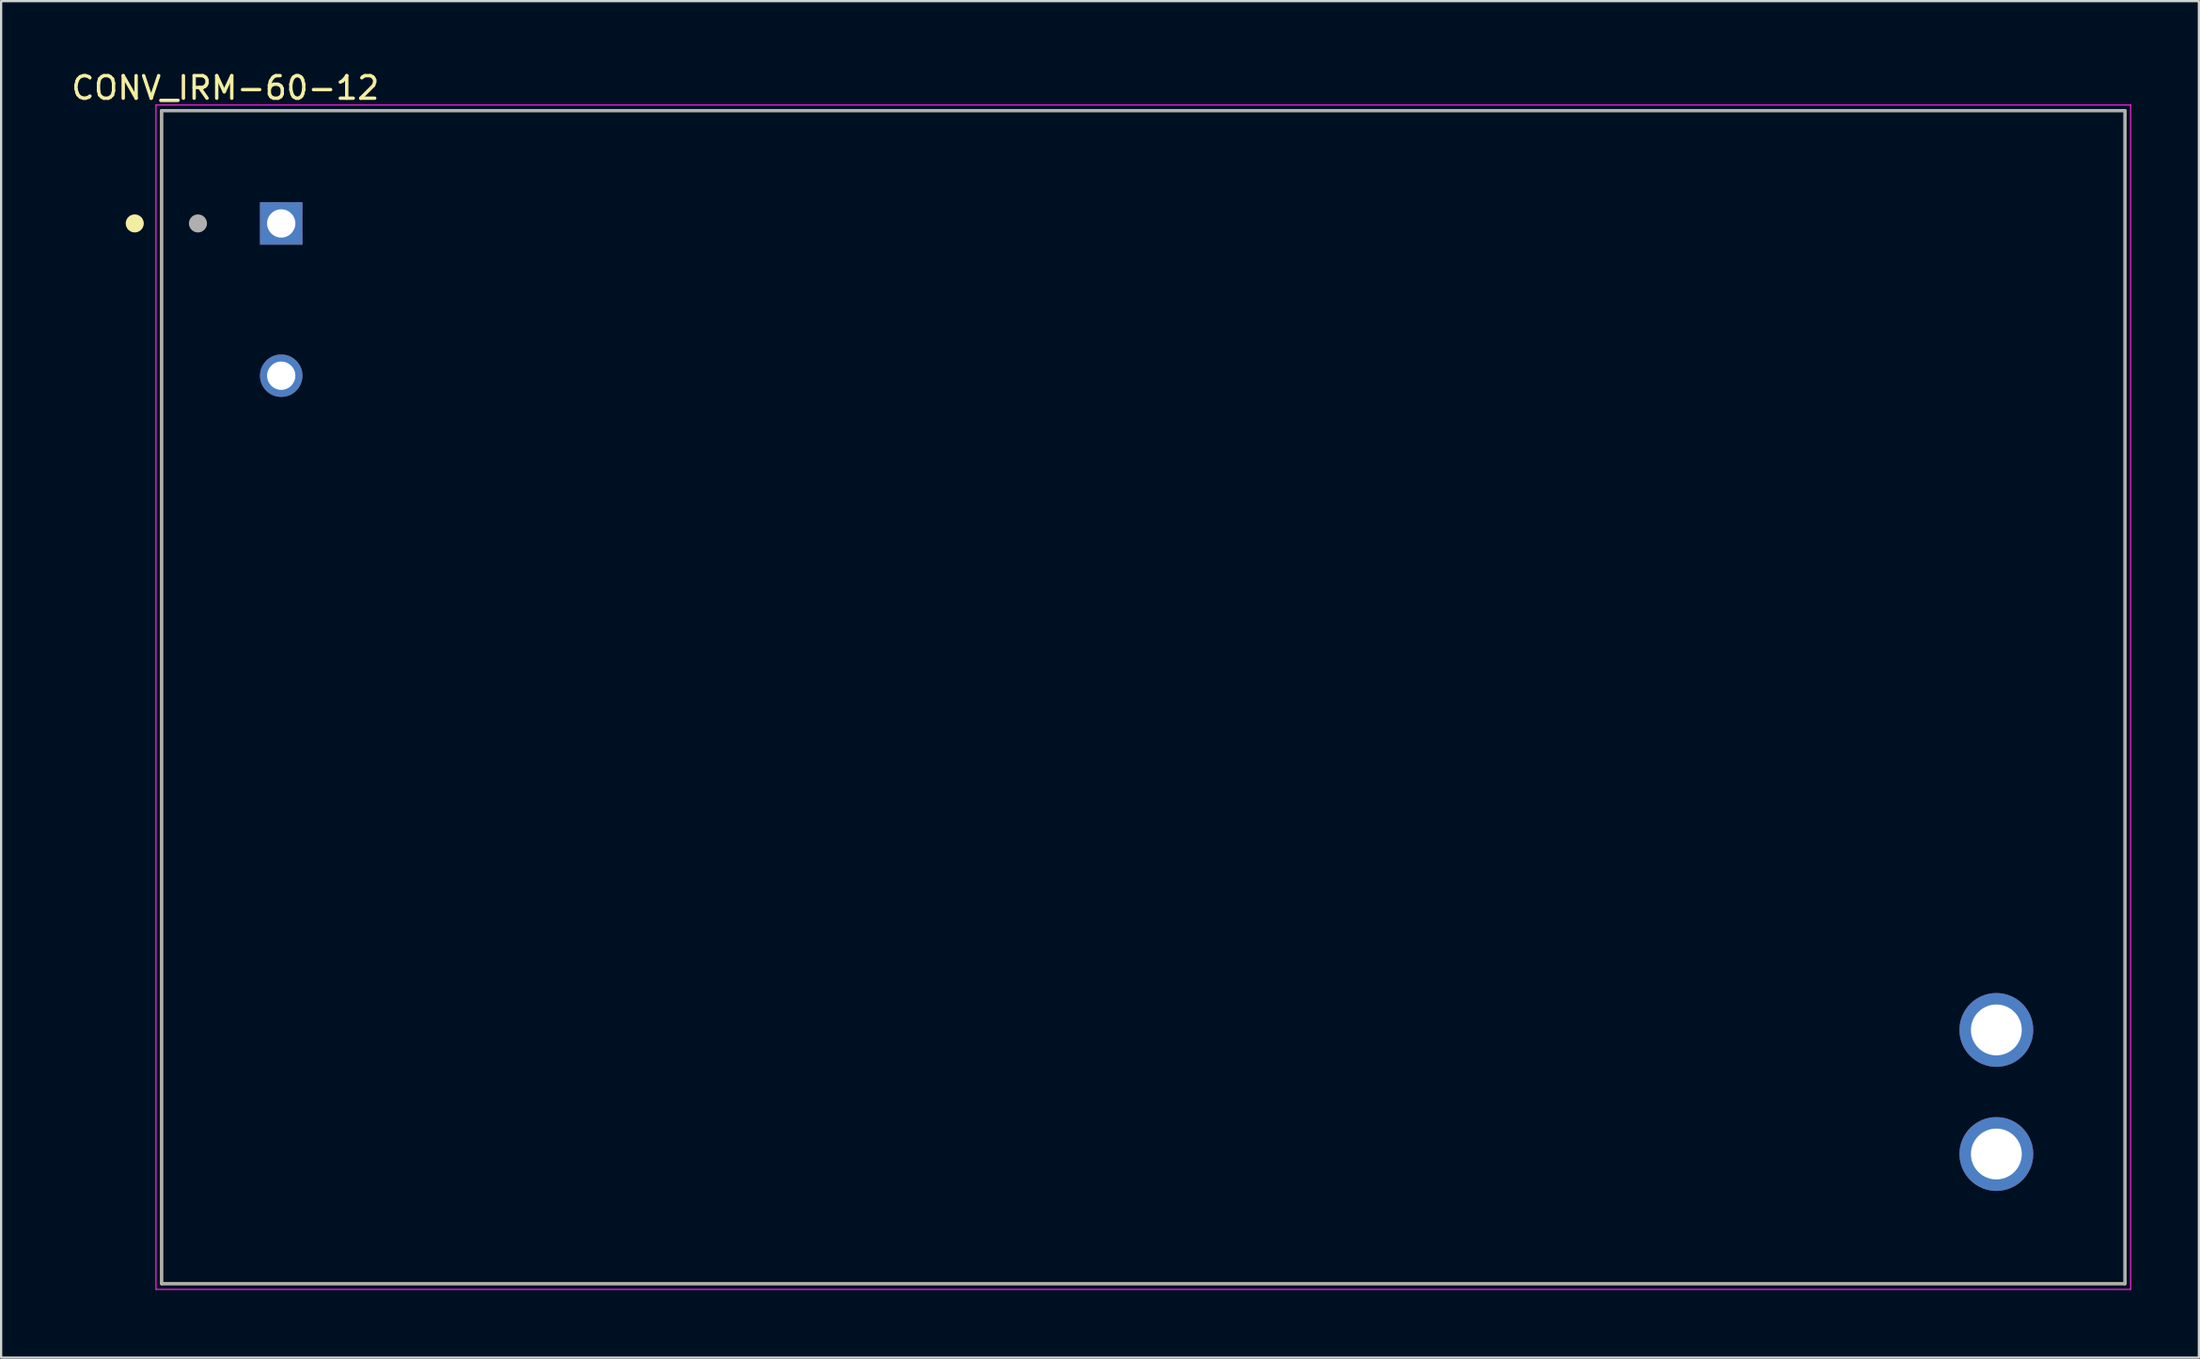
<source format=kicad_pcb>
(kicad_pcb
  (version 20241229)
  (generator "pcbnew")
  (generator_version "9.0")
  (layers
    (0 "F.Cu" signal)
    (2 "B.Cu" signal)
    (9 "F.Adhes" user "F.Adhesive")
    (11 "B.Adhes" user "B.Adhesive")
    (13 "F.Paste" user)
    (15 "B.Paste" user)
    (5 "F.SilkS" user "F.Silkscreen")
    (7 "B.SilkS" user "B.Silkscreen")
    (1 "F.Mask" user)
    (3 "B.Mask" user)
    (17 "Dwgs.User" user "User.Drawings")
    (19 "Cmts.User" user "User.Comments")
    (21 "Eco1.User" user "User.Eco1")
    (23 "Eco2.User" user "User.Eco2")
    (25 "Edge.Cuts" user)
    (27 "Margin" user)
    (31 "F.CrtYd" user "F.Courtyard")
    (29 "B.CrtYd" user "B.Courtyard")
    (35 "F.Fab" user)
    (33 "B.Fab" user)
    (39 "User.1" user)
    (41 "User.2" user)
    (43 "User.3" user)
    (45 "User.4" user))
  (footprint "CONV_IRM-60-12"
    (layer "F.Cu")
    (at 47.611 27.854)
    (property "Reference" "CONV_IRM-60-12" (at -40.677 -27.006 0) (layer "F.SilkS") (effects (font (size 1 1) (thickness 0.15))))
    (attr through_hole)
    (fp_line (start -43.5 -26) (end 43.5 -26) (stroke (width 0.127) (type solid)) (layer "F.SilkS"))
    (fp_line (start -43.5 26) (end -43.5 -26) (stroke (width 0.127) (type solid)) (layer "F.SilkS"))
    (fp_line (start 43.5 -26) (end 43.5 26) (stroke (width 0.127) (type solid)) (layer "F.SilkS"))
    (fp_line (start 43.5 26) (end -43.5 26) (stroke (width 0.127) (type solid)) (layer "F.SilkS"))
    (fp_circle (center -44.69 -21) (end -44.49 -21) (stroke (width 0.4) (type solid)) (fill no) (layer "F.SilkS"))
    (fp_line (start -43.75 -26.25) (end 43.75 -26.25) (stroke (width 0.05) (type solid)) (layer "F.CrtYd"))
    (fp_line (start -43.75 26.25) (end -43.75 -26.25) (stroke (width 0.05) (type solid)) (layer "F.CrtYd"))
    (fp_line (start 43.75 -26.25) (end 43.75 26.25) (stroke (width 0.05) (type solid)) (layer "F.CrtYd"))
    (fp_line (start 43.75 26.25) (end -43.75 26.25) (stroke (width 0.05) (type solid)) (layer "F.CrtYd"))
    (fp_line (start -43.5 -26) (end 43.5 -26) (stroke (width 0.127) (type solid)) (layer "F.Fab"))
    (fp_line (start -43.5 26) (end -43.5 -26) (stroke (width 0.127) (type solid)) (layer "F.Fab"))
    (fp_line (start 43.5 -26) (end 43.5 26) (stroke (width 0.127) (type solid)) (layer "F.Fab"))
    (fp_line (start 43.5 26) (end -43.5 26) (stroke (width 0.127) (type solid)) (layer "F.Fab"))
    (fp_circle (center -41.89 -21) (end -41.69 -21) (stroke (width 0.4) (type solid)) (fill no) (layer "F.Fab"))
    (pad "+V" thru_hole circle (at 37.8 20.25) (size 3.27 3.27) (drill 2.254) (layers "*.Cu" "*.Mask"))
    (pad "-V" thru_hole circle (at 37.8 14.75) (size 3.27 3.27) (drill 2.254) (layers "*.Cu" "*.Mask"))
    (pad "AC/L" thru_hole rect (at -38.2 -21) (size 1.881 1.881) (drill 1.254) (layers "*.Cu" "*.Mask"))
    (pad "AC/N" thru_hole circle (at -38.2 -14.25) (size 1.881 1.881) (drill 1.254) (layers "*.Cu" "*.Mask")))
  (gr_rect
    (start -3 -3)
    (end 94.386 57.129)
    (stroke (width 0.1) (type default))
    (fill no)
    (layer "Edge.Cuts")))
</source>
